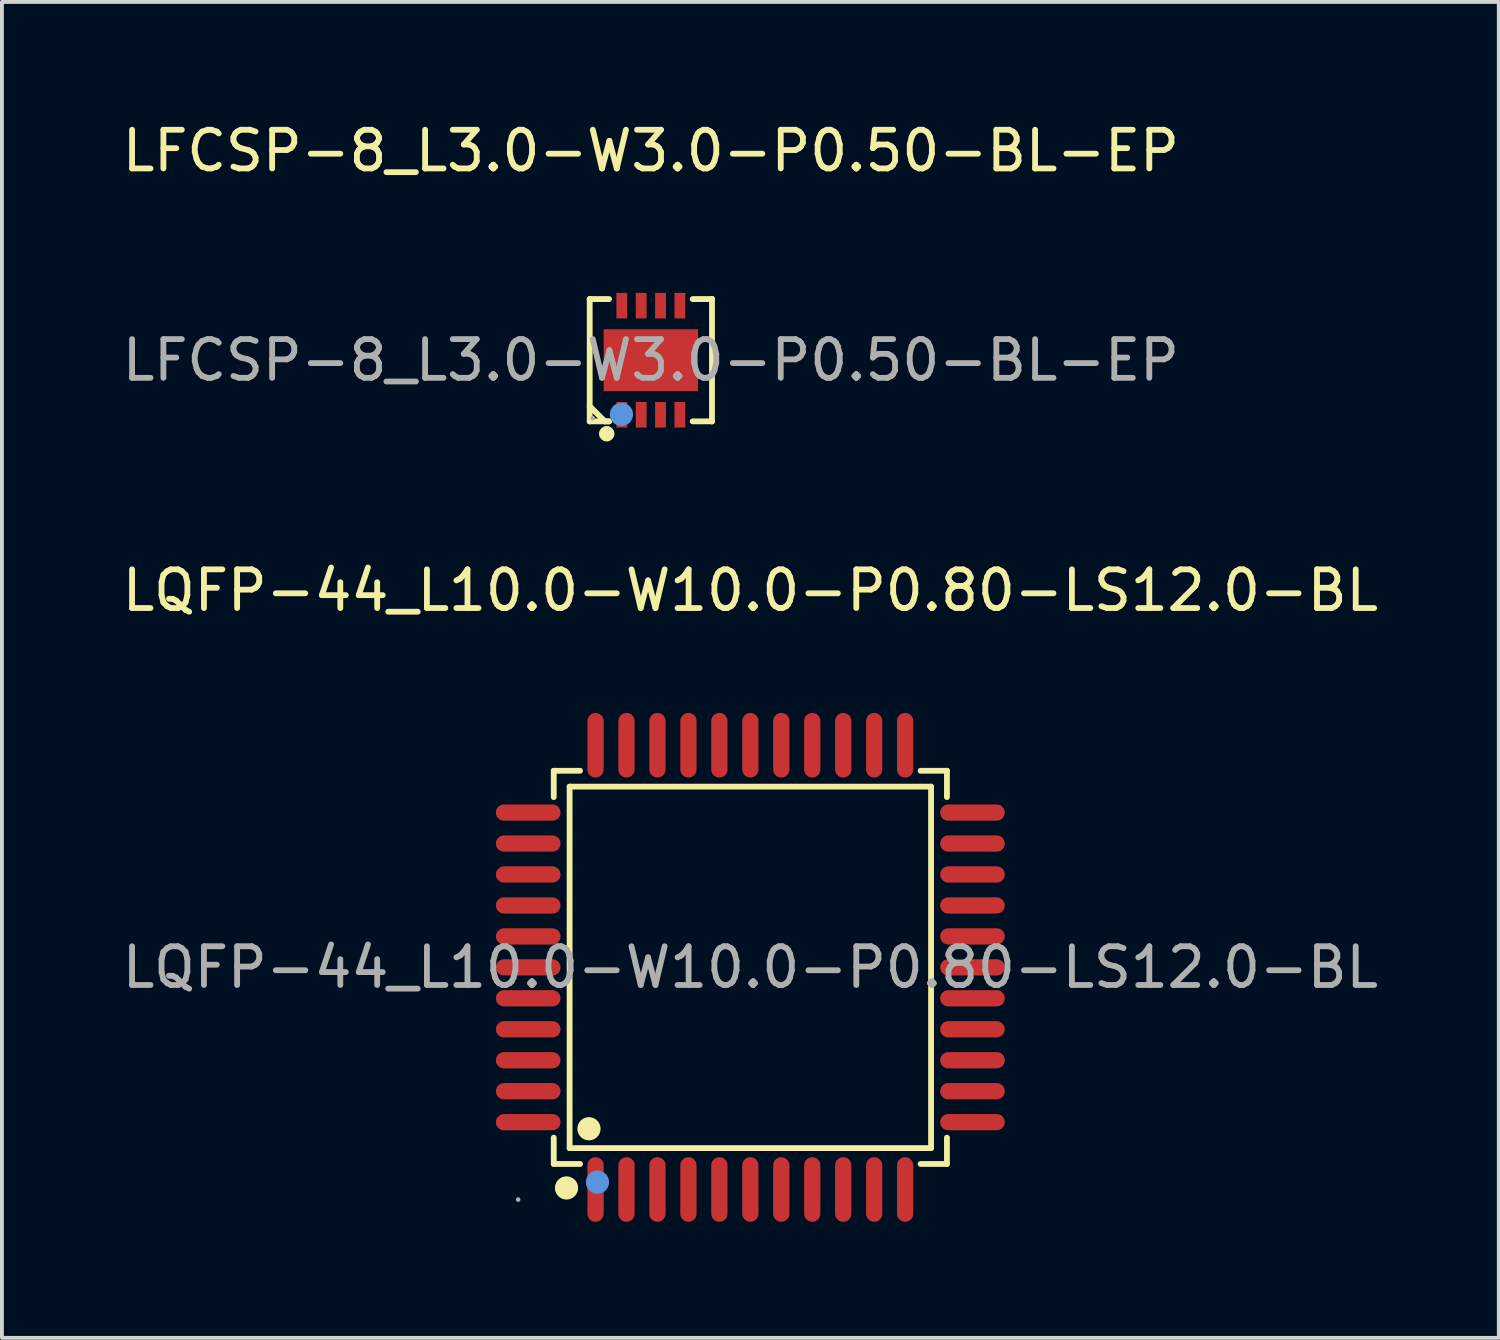
<source format=kicad_pcb>
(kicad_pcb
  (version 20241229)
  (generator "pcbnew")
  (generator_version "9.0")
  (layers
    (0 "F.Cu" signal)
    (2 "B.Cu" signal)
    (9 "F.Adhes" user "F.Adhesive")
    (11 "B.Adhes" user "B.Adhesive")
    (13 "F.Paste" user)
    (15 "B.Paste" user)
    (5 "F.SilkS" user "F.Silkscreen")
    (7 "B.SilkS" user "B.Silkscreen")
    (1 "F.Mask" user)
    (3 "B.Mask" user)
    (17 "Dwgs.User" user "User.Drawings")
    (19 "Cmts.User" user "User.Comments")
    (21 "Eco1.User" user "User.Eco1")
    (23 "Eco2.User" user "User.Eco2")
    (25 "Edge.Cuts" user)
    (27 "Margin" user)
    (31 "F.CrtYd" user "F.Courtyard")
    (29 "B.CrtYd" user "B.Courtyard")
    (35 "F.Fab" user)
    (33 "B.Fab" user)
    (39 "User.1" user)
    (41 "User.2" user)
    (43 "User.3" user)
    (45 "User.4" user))
  (footprint "LQFP-44_L10.0-W10.0-P0.80-LS12.0-BL"
    (layer "F.Cu")
    (at 16.339 21.947)
    (property "Reference" "LQFP-44_L10.0-W10.0-P0.80-LS12.0-BL" (at 0 -9.74 0) (layer "F.SilkS") (effects (font (size 1 1) (thickness 0.15))))
    (attr through_hole)
    (fp_line (start -5.08 -5.08) (end -4.4 -5.08) (stroke (width 0.15) (type solid)) (layer "F.SilkS"))
    (fp_line (start -5.08 -4.4) (end -5.08 -5.08) (stroke (width 0.15) (type solid)) (layer "F.SilkS"))
    (fp_line (start -5.08 4.4) (end -5.08 5.08) (stroke (width 0.15) (type solid)) (layer "F.SilkS"))
    (fp_line (start -5.08 5.08) (end -4.4 5.08) (stroke (width 0.15) (type solid)) (layer "F.SilkS"))
    (fp_line (start -4.67 -4.67) (end 4.67 -4.67) (stroke (width 0.15) (type solid)) (layer "F.SilkS"))
    (fp_line (start -4.67 4.67) (end -4.67 -4.67) (stroke (width 0.15) (type solid)) (layer "F.SilkS"))
    (fp_line (start 4.67 -4.67) (end 4.67 4.67) (stroke (width 0.15) (type solid)) (layer "F.SilkS"))
    (fp_line (start 4.67 4.67) (end -4.67 4.67) (stroke (width 0.15) (type solid)) (layer "F.SilkS"))
    (fp_line (start 5.08 -5.08) (end 4.4 -5.08) (stroke (width 0.15) (type solid)) (layer "F.SilkS"))
    (fp_line (start 5.08 -4.4) (end 5.08 -5.08) (stroke (width 0.15) (type solid)) (layer "F.SilkS"))
    (fp_line (start 5.08 4.4) (end 5.08 5.08) (stroke (width 0.15) (type solid)) (layer "F.SilkS"))
    (fp_line (start 5.08 5.08) (end 4.4 5.08) (stroke (width 0.15) (type solid)) (layer "F.SilkS"))
    (fp_circle (center -4.75 5.7) (end -4.6 5.7) (stroke (width 0.3) (type solid)) (fill no) (layer "F.SilkS"))
    (fp_circle (center -4.17 4.17) (end -4.02 4.17) (stroke (width 0.3) (type solid)) (fill no) (layer "F.SilkS"))
    (fp_circle (center -3.95 5.55) (end -3.8 5.55) (stroke (width 0.3) (type solid)) (fill no) (layer "Cmts.User"))
    (fp_circle (center -6 6) (end -5.97 6) (stroke (width 0.06) (type solid)) (fill no) (layer "F.Fab"))
    (fp_text user "${REFERENCE}" (at 0 0 0) (layer "F.Fab") (effects (font (size 1 1) (thickness 0.15))))
    (pad "1" smd oval (at -4 5.74) (size 0.42 1.67) (layers "F.Cu" "F.Mask" "F.Paste"))
    (pad "2" smd oval (at -3.2 5.74) (size 0.42 1.67) (layers "F.Cu" "F.Mask" "F.Paste"))
    (pad "3" smd oval (at -2.4 5.74) (size 0.42 1.67) (layers "F.Cu" "F.Mask" "F.Paste"))
    (pad "4" smd oval (at -1.6 5.74) (size 0.42 1.67) (layers "F.Cu" "F.Mask" "F.Paste"))
    (pad "5" smd oval (at -0.8 5.74) (size 0.42 1.67) (layers "F.Cu" "F.Mask" "F.Paste"))
    (pad "6" smd oval (at 0 5.74) (size 0.42 1.67) (layers "F.Cu" "F.Mask" "F.Paste"))
    (pad "7" smd oval (at 0.8 5.74) (size 0.42 1.67) (layers "F.Cu" "F.Mask" "F.Paste"))
    (pad "8" smd oval (at 1.6 5.74) (size 0.42 1.67) (layers "F.Cu" "F.Mask" "F.Paste"))
    (pad "9" smd oval (at 2.4 5.74) (size 0.42 1.67) (layers "F.Cu" "F.Mask" "F.Paste"))
    (pad "10" smd oval (at 3.2 5.74) (size 0.42 1.67) (layers "F.Cu" "F.Mask" "F.Paste"))
    (pad "11" smd oval (at 4 5.74) (size 0.42 1.67) (layers "F.Cu" "F.Mask" "F.Paste"))
    (pad "12" smd oval (at 5.74 4) (size 1.67 0.42) (layers "F.Cu" "F.Mask" "F.Paste"))
    (pad "13" smd oval (at 5.74 3.2) (size 1.67 0.42) (layers "F.Cu" "F.Mask" "F.Paste"))
    (pad "14" smd oval (at 5.74 2.4) (size 1.67 0.42) (layers "F.Cu" "F.Mask" "F.Paste"))
    (pad "15" smd oval (at 5.74 1.6) (size 1.67 0.42) (layers "F.Cu" "F.Mask" "F.Paste"))
    (pad "16" smd oval (at 5.74 0.8) (size 1.67 0.42) (layers "F.Cu" "F.Mask" "F.Paste"))
    (pad "17" smd oval (at 5.74 0) (size 1.67 0.42) (layers "F.Cu" "F.Mask" "F.Paste"))
    (pad "18" smd oval (at 5.74 -0.8) (size 1.67 0.42) (layers "F.Cu" "F.Mask" "F.Paste"))
    (pad "19" smd oval (at 5.74 -1.6) (size 1.67 0.42) (layers "F.Cu" "F.Mask" "F.Paste"))
    (pad "20" smd oval (at 5.74 -2.4) (size 1.67 0.42) (layers "F.Cu" "F.Mask" "F.Paste"))
    (pad "21" smd oval (at 5.74 -3.2) (size 1.67 0.42) (layers "F.Cu" "F.Mask" "F.Paste"))
    (pad "22" smd oval (at 5.74 -4) (size 1.67 0.42) (layers "F.Cu" "F.Mask" "F.Paste"))
    (pad "23" smd oval (at 4 -5.74) (size 0.42 1.67) (layers "F.Cu" "F.Mask" "F.Paste"))
    (pad "24" smd oval (at 3.2 -5.74) (size 0.42 1.67) (layers "F.Cu" "F.Mask" "F.Paste"))
    (pad "25" smd oval (at 2.4 -5.74) (size 0.42 1.67) (layers "F.Cu" "F.Mask" "F.Paste"))
    (pad "26" smd oval (at 1.6 -5.74) (size 0.42 1.67) (layers "F.Cu" "F.Mask" "F.Paste"))
    (pad "27" smd oval (at 0.8 -5.74) (size 0.42 1.67) (layers "F.Cu" "F.Mask" "F.Paste"))
    (pad "28" smd oval (at 0 -5.74) (size 0.42 1.67) (layers "F.Cu" "F.Mask" "F.Paste"))
    (pad "29" smd oval (at -0.8 -5.74) (size 0.42 1.67) (layers "F.Cu" "F.Mask" "F.Paste"))
    (pad "30" smd oval (at -1.6 -5.74) (size 0.42 1.67) (layers "F.Cu" "F.Mask" "F.Paste"))
    (pad "31" smd oval (at -2.4 -5.74) (size 0.42 1.67) (layers "F.Cu" "F.Mask" "F.Paste"))
    (pad "32" smd oval (at -3.2 -5.74) (size 0.42 1.67) (layers "F.Cu" "F.Mask" "F.Paste"))
    (pad "33" smd oval (at -4 -5.74) (size 0.42 1.67) (layers "F.Cu" "F.Mask" "F.Paste"))
    (pad "34" smd oval (at -5.74 -4) (size 1.67 0.42) (layers "F.Cu" "F.Mask" "F.Paste"))
    (pad "35" smd oval (at -5.74 -3.2) (size 1.67 0.42) (layers "F.Cu" "F.Mask" "F.Paste"))
    (pad "36" smd oval (at -5.74 -2.4) (size 1.67 0.42) (layers "F.Cu" "F.Mask" "F.Paste"))
    (pad "37" smd oval (at -5.74 -1.6) (size 1.67 0.42) (layers "F.Cu" "F.Mask" "F.Paste"))
    (pad "38" smd oval (at -5.74 -0.8) (size 1.67 0.42) (layers "F.Cu" "F.Mask" "F.Paste"))
    (pad "39" smd oval (at -5.74 0) (size 1.67 0.42) (layers "F.Cu" "F.Mask" "F.Paste"))
    (pad "40" smd oval (at -5.74 0.8) (size 1.67 0.42) (layers "F.Cu" "F.Mask" "F.Paste"))
    (pad "41" smd oval (at -5.74 1.6) (size 1.67 0.42) (layers "F.Cu" "F.Mask" "F.Paste"))
    (pad "42" smd oval (at -5.74 2.4) (size 1.67 0.42) (layers "F.Cu" "F.Mask" "F.Paste"))
    (pad "43" smd oval (at -5.74 3.2) (size 1.67 0.42) (layers "F.Cu" "F.Mask" "F.Paste"))
    (pad "44" smd oval (at -5.74 4) (size 1.67 0.42) (layers "F.Cu" "F.Mask" "F.Paste")))
  (footprint "LFCSP-8_L3.0-W3.0-P0.50-BL-EP"
    (layer "F.Cu")
    (at 13.768 6.258)
    (property "Reference" "LFCSP-8_L3.0-W3.0-P0.50-BL-EP" (at 0 -5.41 0) (layer "F.SilkS") (effects (font (size 1 1) (thickness 0.15))))
    (attr through_hole)
    (fp_line (start -1.58 -1.58) (end -1.58 -1.58) (stroke (width 0.15) (type solid)) (layer "F.SilkS"))
    (fp_line (start -1.58 -1.58) (end -1.08 -1.58) (stroke (width 0.15) (type solid)) (layer "F.SilkS"))
    (fp_line (start -1.58 1.58) (end -1.58 -1.58) (stroke (width 0.15) (type solid)) (layer "F.SilkS"))
    (fp_line (start -1.58 1.58) (end -1.58 1.58) (stroke (width 0.15) (type solid)) (layer "F.SilkS"))
    (fp_line (start -1.19 1.58) (end -1.58 1.19) (stroke (width 0.15) (type solid)) (layer "F.SilkS"))
    (fp_line (start -1.08 1.58) (end -1.58 1.58) (stroke (width 0.15) (type solid)) (layer "F.SilkS"))
    (fp_line (start -1.08 1.58) (end -1.19 1.58) (stroke (width 0.15) (type solid)) (layer "F.SilkS"))
    (fp_line (start 1.08 1.58) (end 1.58 1.58) (stroke (width 0.15) (type solid)) (layer "F.SilkS"))
    (fp_line (start 1.58 -1.58) (end 1.08 -1.58) (stroke (width 0.15) (type solid)) (layer "F.SilkS"))
    (fp_line (start 1.58 -1.58) (end 1.58 -1.58) (stroke (width 0.15) (type solid)) (layer "F.SilkS"))
    (fp_line (start 1.58 1.58) (end 1.58 -1.58) (stroke (width 0.15) (type solid)) (layer "F.SilkS"))
    (fp_line (start 1.58 1.58) (end 1.58 1.58) (stroke (width 0.15) (type solid)) (layer "F.SilkS"))
    (fp_circle (center -1.14 1.9) (end -1.04 1.9) (stroke (width 0.2) (type solid)) (fill no) (layer "F.SilkS"))
    (fp_circle (center -0.76 1.4) (end -0.61 1.4) (stroke (width 0.3) (type solid)) (fill no) (layer "Cmts.User"))
    (fp_circle (center -1.5 1.5) (end -1.47 1.5) (stroke (width 0.06) (type solid)) (fill no) (layer "F.Fab"))
    (fp_text user "${REFERENCE}" (at 0 0 0) (layer "F.Fab") (effects (font (size 1 1) (thickness 0.15))))
    (pad "0" smd rect (at 0 0) (size 2.44 1.6) (layers "F.Cu" "F.Mask" "F.Paste"))
    (pad "1" smd rect (at -0.75 1.41) (size 0.28 0.66) (layers "F.Cu" "F.Mask" "F.Paste"))
    (pad "2" smd rect (at -0.25 1.41) (size 0.28 0.66) (layers "F.Cu" "F.Mask" "F.Paste"))
    (pad "3" smd rect (at 0.25 1.41) (size 0.28 0.66) (layers "F.Cu" "F.Mask" "F.Paste"))
    (pad "4" smd rect (at 0.75 1.41) (size 0.28 0.66) (layers "F.Cu" "F.Mask" "F.Paste"))
    (pad "5" smd rect (at 0.75 -1.41) (size 0.28 0.66) (layers "F.Cu" "F.Mask" "F.Paste"))
    (pad "6" smd rect (at 0.25 -1.41) (size 0.28 0.66) (layers "F.Cu" "F.Mask" "F.Paste"))
    (pad "7" smd rect (at -0.25 -1.41) (size 0.28 0.66) (layers "F.Cu" "F.Mask" "F.Paste"))
    (pad "8" smd rect (at -0.75 -1.41) (size 0.28 0.66) (layers "F.Cu" "F.Mask" "F.Paste")))
  (gr_rect
    (start -3 -3)
    (end 35.679 31.521)
    (stroke (width 0.1) (type default))
    (fill no)
    (layer "Edge.Cuts")))
</source>
